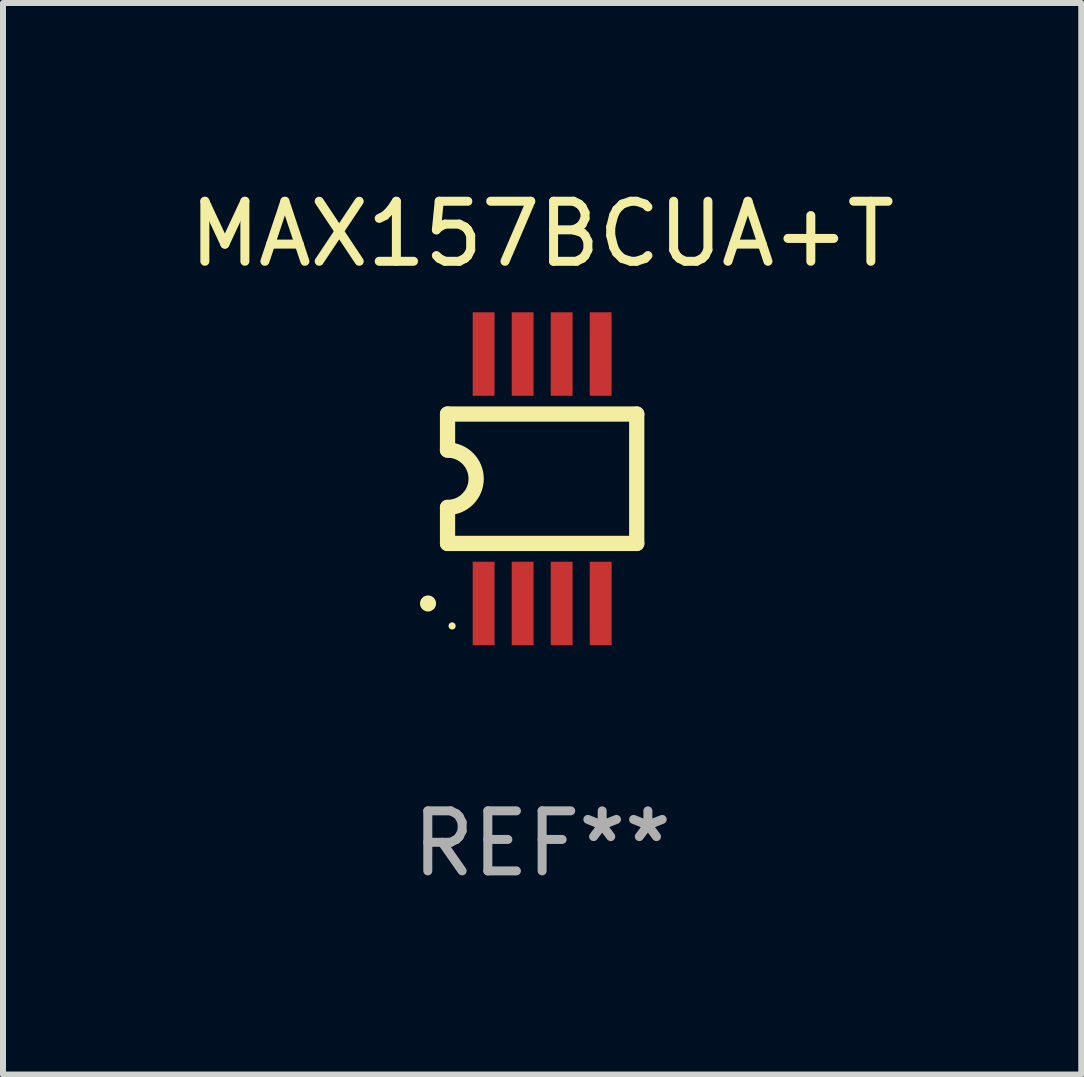
<source format=kicad_pcb>
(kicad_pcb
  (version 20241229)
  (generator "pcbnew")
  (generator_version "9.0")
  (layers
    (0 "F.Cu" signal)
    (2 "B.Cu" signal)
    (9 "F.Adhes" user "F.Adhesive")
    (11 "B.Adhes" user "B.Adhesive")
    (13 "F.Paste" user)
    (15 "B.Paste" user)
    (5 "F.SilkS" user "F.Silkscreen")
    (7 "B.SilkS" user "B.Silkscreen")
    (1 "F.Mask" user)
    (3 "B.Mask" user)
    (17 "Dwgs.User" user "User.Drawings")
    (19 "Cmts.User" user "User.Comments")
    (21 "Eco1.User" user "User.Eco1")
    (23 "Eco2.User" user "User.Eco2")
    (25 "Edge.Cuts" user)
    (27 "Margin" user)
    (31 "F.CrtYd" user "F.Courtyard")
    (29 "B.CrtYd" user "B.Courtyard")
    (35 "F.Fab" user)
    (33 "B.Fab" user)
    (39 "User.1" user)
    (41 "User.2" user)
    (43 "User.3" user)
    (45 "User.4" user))
  (footprint "MAX157BCUA+T"
    (layer "F.Cu")
    (at 5.982 4.926)
    (property "Reference" "MAX157BCUA+T" (at 0 -4.078 0) (layer "F.SilkS") (effects (font (size 1 1) (thickness 0.15))))
    (attr through_hole)
    (fp_line (start -1.576 -1.078) (end -1.576 -0.478) (stroke (width 0.254) (type solid)) (layer "F.SilkS"))
    (fp_line (start -1.576 -1.078) (end 1.576 -1.078) (stroke (width 0.254) (type solid)) (layer "F.SilkS"))
    (fp_line (start -1.576 1.078) (end -1.576 0.478) (stroke (width 0.254) (type solid)) (layer "F.SilkS"))
    (fp_line (start 1.576 -1.078) (end 1.576 1.078) (stroke (width 0.254) (type solid)) (layer "F.SilkS"))
    (fp_line (start 1.576 1.078) (end -1.576 1.078) (stroke (width 0.254) (type solid)) (layer "F.SilkS"))
    (fp_arc (start -1.577343 -0.47752) (mid -1.099721 -0.000481) (end -1.5762 0.477699) (stroke (width 0.254001) (type solid)) (layer "F.SilkS"))
    (fp_circle (center -1.901 2.078) (end -1.834 2.078) (stroke (width 0.134) (type solid)) (fill no) (layer "F.SilkS"))
    (fp_circle (center -1.5 2.452) (end -1.47 2.452) (stroke (width 0.06) (type solid)) (fill no) (layer "F.SilkS"))
    (fp_text user "REF**" (at 0 6.078 0) (layer "F.Fab") (effects (font (size 1 1) (thickness 0.15))))
    (pad "1" smd rect (at -0.975 2.078) (size 0.364 1.391) (layers "F.Cu" "F.Mask" "F.Paste"))
    (pad "2" smd rect (at -0.325 2.078) (size 0.364 1.391) (layers "F.Cu" "F.Mask" "F.Paste"))
    (pad "3" smd rect (at 0.325 2.078) (size 0.364 1.391) (layers "F.Cu" "F.Mask" "F.Paste"))
    (pad "4" smd rect (at 0.975 2.078) (size 0.364 1.391) (layers "F.Cu" "F.Mask" "F.Paste"))
    (pad "5" smd rect (at 0.975 -2.078) (size 0.364 1.391) (layers "F.Cu" "F.Mask" "F.Paste"))
    (pad "6" smd rect (at 0.325 -2.078) (size 0.364 1.391) (layers "F.Cu" "F.Mask" "F.Paste"))
    (pad "7" smd rect (at -0.325 -2.078) (size 0.364 1.391) (layers "F.Cu" "F.Mask" "F.Paste"))
    (pad "8" smd rect (at -0.975 -2.078) (size 0.364 1.391) (layers "F.Cu" "F.Mask" "F.Paste")))
  (gr_rect
    (start -3 -3)
    (end 14.964 14.852)
    (stroke (width 0.1) (type default))
    (fill no)
    (layer "Edge.Cuts")))
</source>
